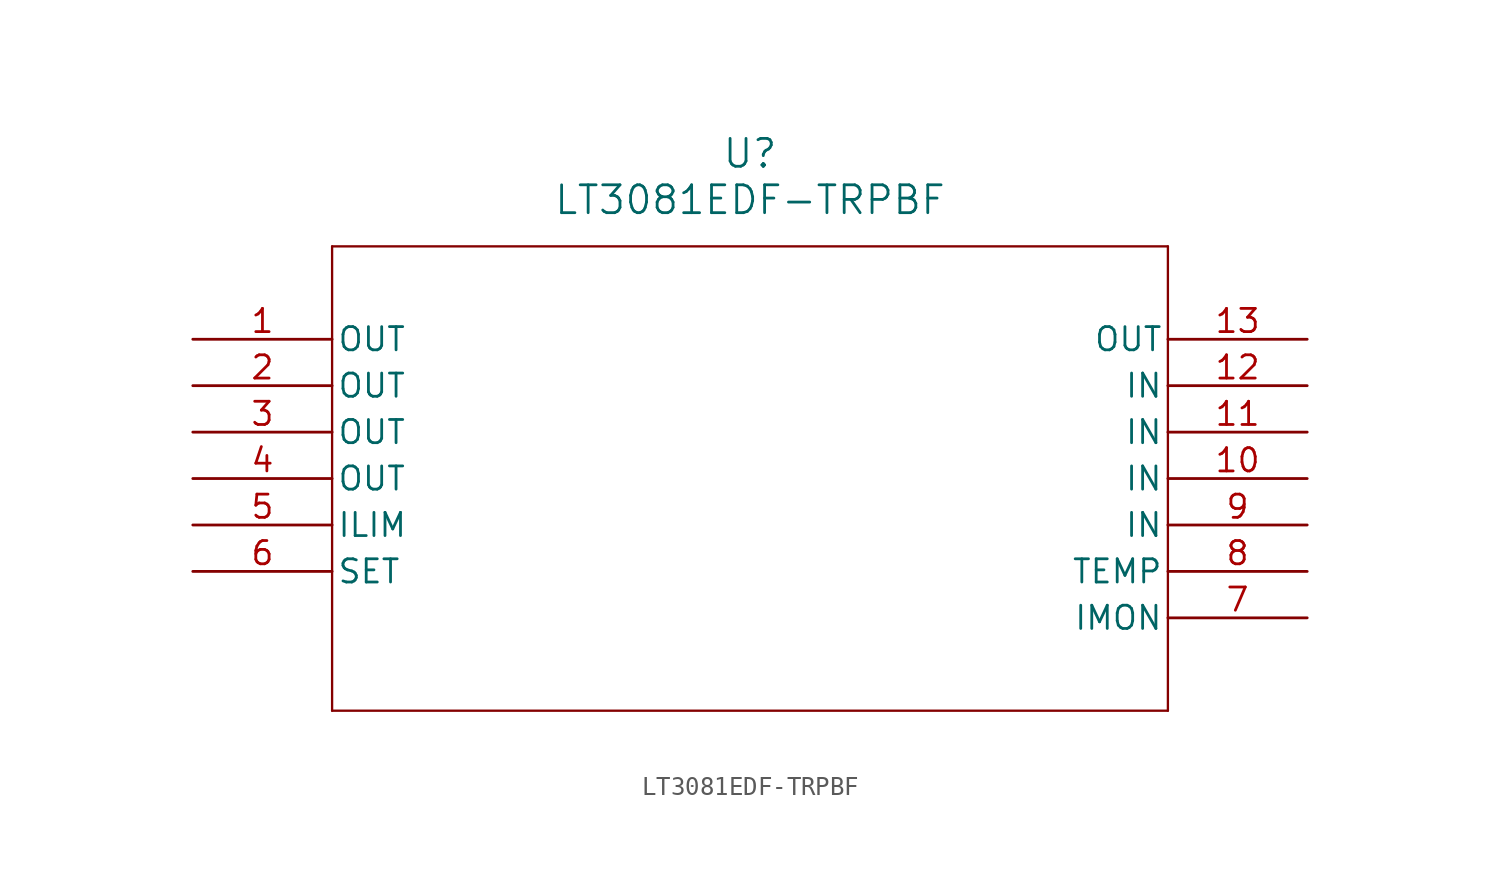
<source format=kicad_sym>
(kicad_symbol_lib
  (version 20211014)
  (generator kicad_symbol_editor)
  (symbol "LT3081EDF-TRPBF"
    (pin_names
      (offset 0.254))
    (property "Reference" "U"
      (at 30.48 10.16 0)
      (effects (font (size 1.524 1.524))))
    (property "Value" "LT3081EDF-TRPBF"
      (at 30.48 7.62 0)
      (effects (font (size 1.524 1.524))))
    (symbol "LT3081EDF-TRPBF_0_1"
      (polyline (pts (xy 7.62 5.08) (xy 7.62 -20.32)) (stroke (width 0.127) (type default) (color 0 0 0 0)) (fill (type none)))
      (polyline (pts (xy 7.62 -20.32) (xy 53.34 -20.32)) (stroke (width 0.127) (type default) (color 0 0 0 0)) (fill (type none)))
      (polyline (pts (xy 53.34 -20.32) (xy 53.34 5.08)) (stroke (width 0.127) (type default) (color 0 0 0 0)) (fill (type none)))
      (polyline (pts (xy 53.34 5.08) (xy 7.62 5.08)) (stroke (width 0.127) (type default) (color 0 0 0 0)) (fill (type none)))
      (pin output line (at 0 0 0) (length 7.62) (name "OUT" (effects (font (size 1.27 1.27)))) (number "1" (effects (font (size 1.27 1.27)))))
      (pin output line (at 0 -2.54 0) (length 7.62) (name "OUT" (effects (font (size 1.27 1.27)))) (number "2" (effects (font (size 1.27 1.27)))))
      (pin output line (at 0 -5.08 0) (length 7.62) (name "OUT" (effects (font (size 1.27 1.27)))) (number "3" (effects (font (size 1.27 1.27)))))
      (pin output line (at 0 -7.62 0) (length 7.62) (name "OUT" (effects (font (size 1.27 1.27)))) (number "4" (effects (font (size 1.27 1.27)))))
      (pin unspecified line (at 0 -10.16 0) (length 7.62) (name "ILIM" (effects (font (size 1.27 1.27)))) (number "5" (effects (font (size 1.27 1.27)))))
      (pin unspecified line (at 0 -12.7 0) (length 7.62) (name "SET" (effects (font (size 1.27 1.27)))) (number "6" (effects (font (size 1.27 1.27)))))
      (pin unspecified line (at 60.96 -15.24 180) (length 7.62) (name "IMON" (effects (font (size 1.27 1.27)))) (number "7" (effects (font (size 1.27 1.27)))))
      (pin unspecified line (at 60.96 -12.7 180) (length 7.62) (name "TEMP" (effects (font (size 1.27 1.27)))) (number "8" (effects (font (size 1.27 1.27)))))
      (pin input line (at 60.96 -10.16 180) (length 7.62) (name "IN" (effects (font (size 1.27 1.27)))) (number "9" (effects (font (size 1.27 1.27)))))
      (pin input line (at 60.96 -7.62 180) (length 7.62) (name "IN" (effects (font (size 1.27 1.27)))) (number "10" (effects (font (size 1.27 1.27)))))
      (pin input line (at 60.96 -5.08 180) (length 7.62) (name "IN" (effects (font (size 1.27 1.27)))) (number "11" (effects (font (size 1.27 1.27)))))
      (pin input line (at 60.96 -2.54 180) (length 7.62) (name "IN" (effects (font (size 1.27 1.27)))) (number "12" (effects (font (size 1.27 1.27)))))
      (pin output line (at 60.96 0 180) (length 7.62) (name "OUT" (effects (font (size 1.27 1.27)))) (number "13" (effects (font (size 1.27 1.27))))))))
</source>
